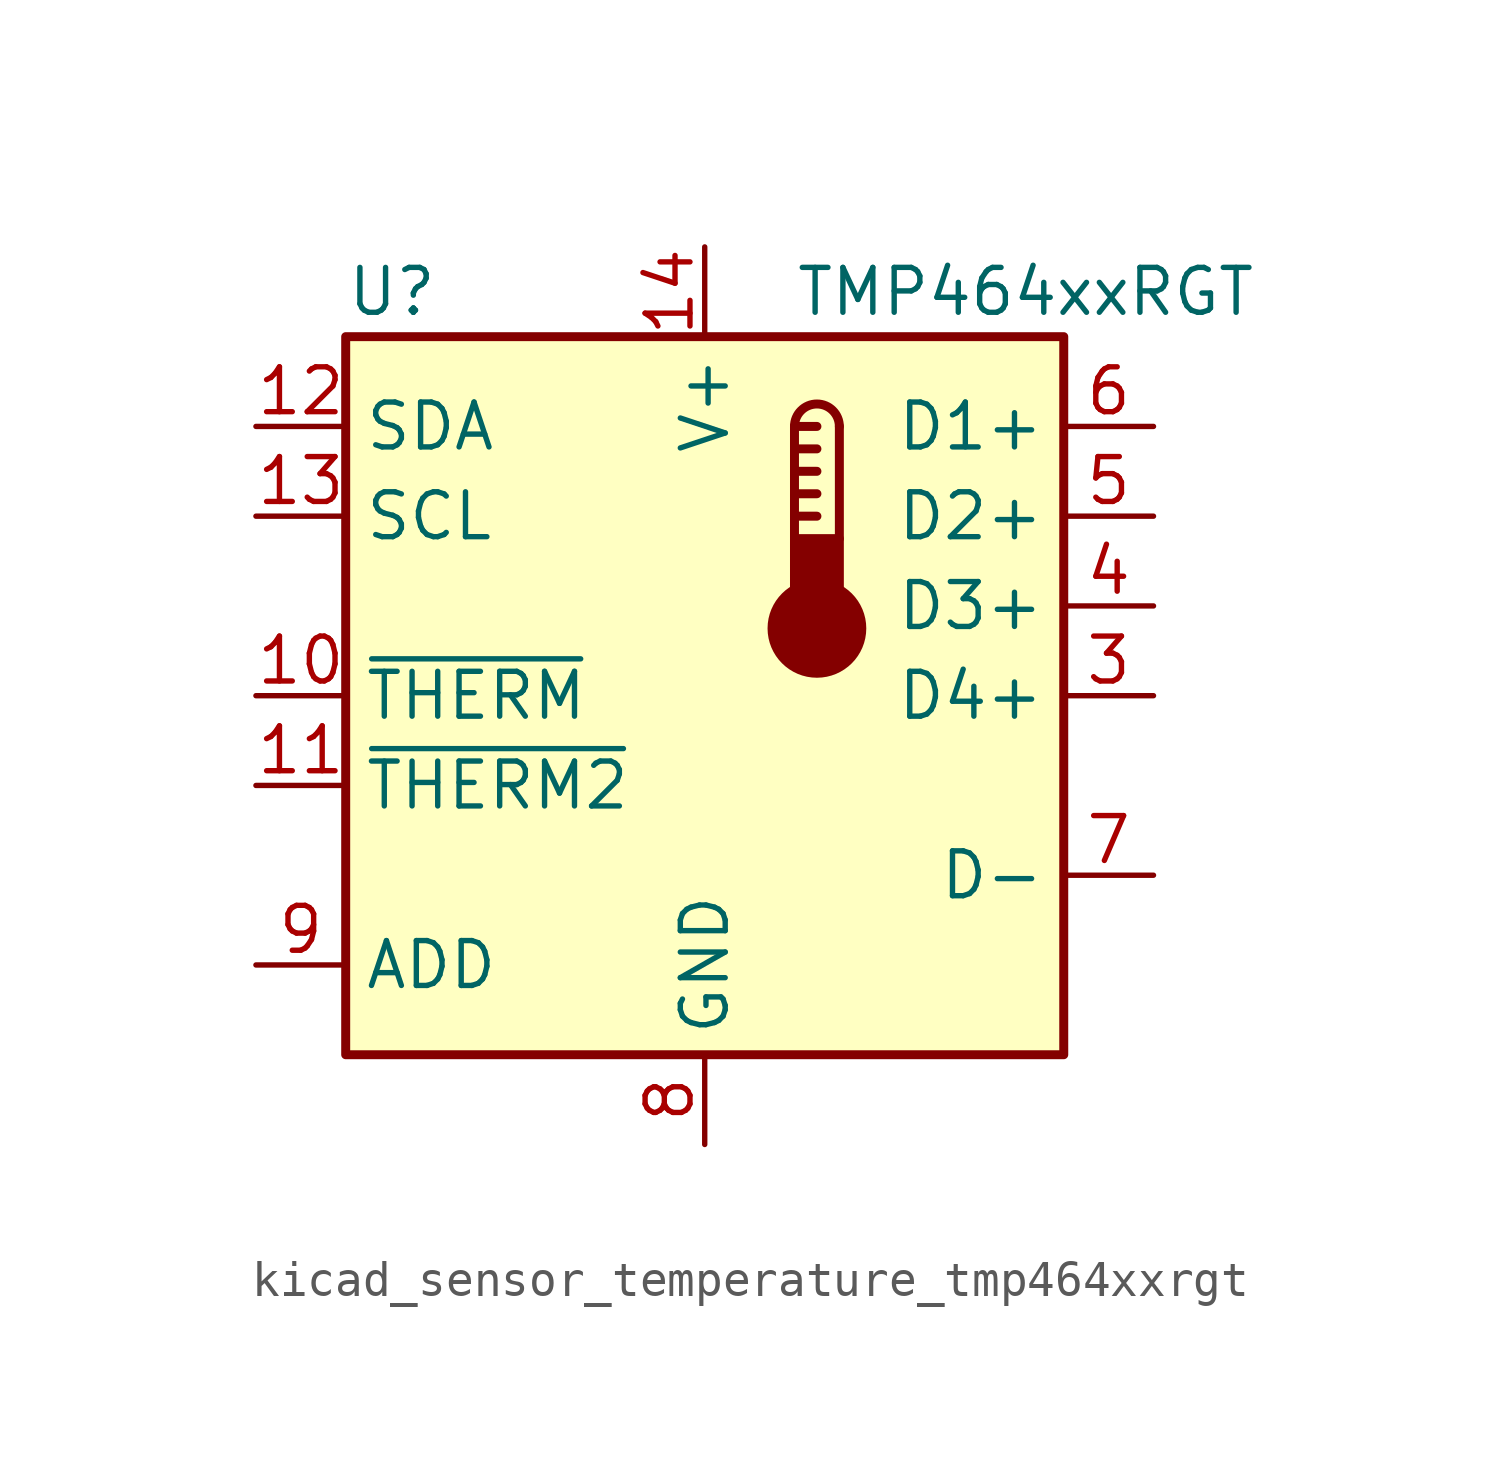
<source format=kicad_sym>
(kicad_symbol_lib
  (version 20220914)
  (generator kicad_symbol_editor)
  (symbol "kicad_sensor_temperature_tmp464xxrgt"
    (property "Reference" "U"
      (at -10.16 11.43 0)
      (effects (font (size 1.27 1.27)) (justify left)))
    (property "Value" "TMP464xxRGT"
      (at 2.54 11.43 0)
      (effects (font (size 1.27 1.27)) (justify left)))
    (symbol "kicad_sensor_temperature_tmp464xxrgt_0_1"
      (rectangle (start -10.16 10.16) (end 10.16 -10.16) (stroke (width 0.254) (type default)) (fill (type background))))
    (symbol "kicad_sensor_temperature_tmp464xxrgt_1_1"
      (polyline (pts (xy 2.54 5.08) (xy 3.175 5.08)) (stroke (width 0.254) (type default)) (fill (type none)))
      (polyline (pts (xy 2.54 5.715) (xy 3.175 5.715)) (stroke (width 0.254) (type default)) (fill (type none)))
      (polyline (pts (xy 2.54 6.35) (xy 3.175 6.35)) (stroke (width 0.254) (type default)) (fill (type none)))
      (polyline (pts (xy 2.54 6.985) (xy 3.175 6.985)) (stroke (width 0.254) (type default)) (fill (type none)))
      (polyline (pts (xy 2.54 7.62) (xy 2.54 4.445)) (stroke (width 0.254) (type default)) (fill (type none)))
      (polyline (pts (xy 2.54 7.62) (xy 3.175 7.62)) (stroke (width 0.254) (type default)) (fill (type none)))
      (polyline (pts (xy 3.81 7.62) (xy 3.81 4.445)) (stroke (width 0.254) (type default)) (fill (type none)))
      (circle (center 3.175 1.905) (radius 1.27) (stroke (width 0.254) (type default)) (fill (type outline)))
      (rectangle (start 3.81 2.54) (end 2.54 4.445) (stroke (width 0.254) (type default)) (fill (type outline)))
      (arc (start 3.81 7.62) (mid 3.175 8.2523) (end 2.54 7.62) (stroke (width 0.254) (type default)) (fill (type none)))
      (pin no_connect line (at 10.16 -2.54 180) (length 2.54) hide (name "NC" (effects (font (size 1.27 1.27)))) (number "1" (effects (font (size 1.27 1.27)))))
      (pin open_collector line (at -12.7 0 0) (length 2.54) (name "~{THERM}" (effects (font (size 1.27 1.27)))) (number "10" (effects (font (size 1.27 1.27)))))
      (pin open_collector line (at -12.7 -2.54 0) (length 2.54) (name "~{THERM2}" (effects (font (size 1.27 1.27)))) (number "11" (effects (font (size 1.27 1.27)))))
      (pin bidirectional line (at -12.7 7.62 0) (length 2.54) (name "SDA" (effects (font (size 1.27 1.27)))) (number "12" (effects (font (size 1.27 1.27)))))
      (pin input line (at -12.7 5.08 0) (length 2.54) (name "SCL" (effects (font (size 1.27 1.27)))) (number "13" (effects (font (size 1.27 1.27)))))
      (pin power_in line (at 0 12.7 270) (length 2.54) (name "V+" (effects (font (size 1.27 1.27)))) (number "14" (effects (font (size 1.27 1.27)))))
      (pin no_connect line (at -10.16 2.54 0) (length 2.54) hide (name "NC" (effects (font (size 1.27 1.27)))) (number "15" (effects (font (size 1.27 1.27)))))
      (pin no_connect line (at -10.16 -5.08 0) (length 2.54) hide (name "NC" (effects (font (size 1.27 1.27)))) (number "16" (effects (font (size 1.27 1.27)))))
      (pin passive line (at 0 -12.7 90) (length 2.54) hide (name "GND" (effects (font (size 1.27 1.27)))) (number "17" (effects (font (size 1.27 1.27)))))
      (pin no_connect line (at 10.16 -7.62 180) (length 2.54) hide (name "NC" (effects (font (size 1.27 1.27)))) (number "2" (effects (font (size 1.27 1.27)))))
      (pin passive line (at 12.7 0 180) (length 2.54) (name "D4+" (effects (font (size 1.27 1.27)))) (number "3" (effects (font (size 1.27 1.27)))))
      (pin passive line (at 12.7 2.54 180) (length 2.54) (name "D3+" (effects (font (size 1.27 1.27)))) (number "4" (effects (font (size 1.27 1.27)))))
      (pin passive line (at 12.7 5.08 180) (length 2.54) (name "D2+" (effects (font (size 1.27 1.27)))) (number "5" (effects (font (size 1.27 1.27)))))
      (pin passive line (at 12.7 7.62 180) (length 2.54) (name "D1+" (effects (font (size 1.27 1.27)))) (number "6" (effects (font (size 1.27 1.27)))))
      (pin passive line (at 12.7 -5.08 180) (length 2.54) (name "D-" (effects (font (size 1.27 1.27)))) (number "7" (effects (font (size 1.27 1.27)))))
      (pin power_in line (at 0 -12.7 90) (length 2.54) (name "GND" (effects (font (size 1.27 1.27)))) (number "8" (effects (font (size 1.27 1.27)))))
      (pin passive line (at -12.7 -7.62 0) (length 2.54) (name "ADD" (effects (font (size 1.27 1.27)))) (number "9" (effects (font (size 1.27 1.27))))))))
</source>
